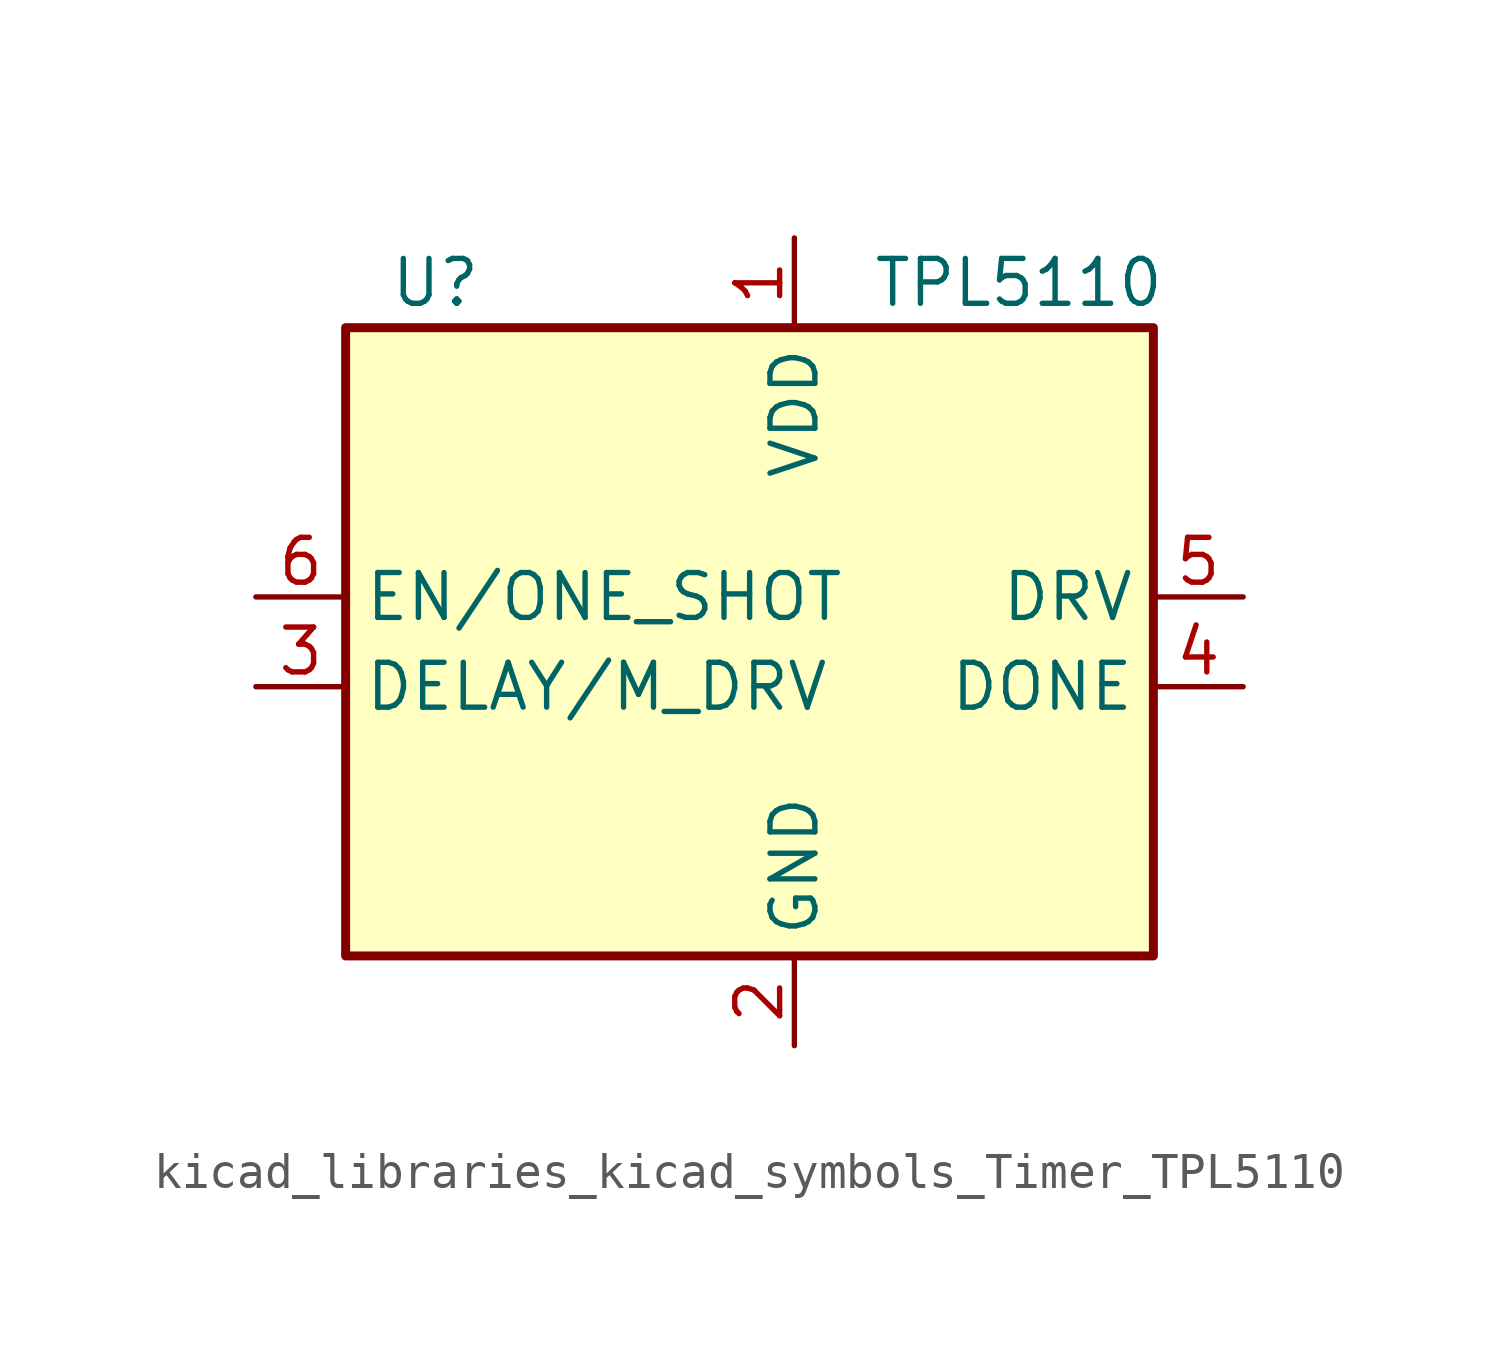
<source format=kicad_sym>
(kicad_symbol_lib
  (version 20220914)
  (generator kicad_symbol_editor)
  (symbol "kicad_libraries_kicad_symbols_Timer_TPL5110"
    (property "Reference" "U"
      (at -10.16 8.89 0)
      (effects (font (size 1.27 1.27))))
    (property "Value" "TPL5110"
      (at 6.35 8.89 0)
      (effects (font (size 1.27 1.27))))
    (symbol "kicad_libraries_kicad_symbols_Timer_TPL5110_0_1"
      (rectangle (start -12.7 7.62) (end 10.16 -10.16) (stroke (width 0.254) (type default)) (fill (type background))))
    (symbol "kicad_libraries_kicad_symbols_Timer_TPL5110_1_1"
      (pin power_in line (at 0 10.16 270) (length 2.54) (name "VDD" (effects (font (size 1.27 1.27)))) (number "1" (effects (font (size 1.27 1.27)))))
      (pin power_in line (at 0 -12.7 90) (length 2.54) (name "GND" (effects (font (size 1.27 1.27)))) (number "2" (effects (font (size 1.27 1.27)))))
      (pin input line (at -15.24 -2.54 0) (length 2.54) (name "DELAY/M_DRV" (effects (font (size 1.27 1.27)))) (number "3" (effects (font (size 1.27 1.27)))))
      (pin input line (at 12.7 -2.54 180) (length 2.54) (name "DONE" (effects (font (size 1.27 1.27)))) (number "4" (effects (font (size 1.27 1.27)))))
      (pin output line (at 12.7 0 180) (length 2.54) (name "DRV" (effects (font (size 1.27 1.27)))) (number "5" (effects (font (size 1.27 1.27)))))
      (pin input line (at -15.24 0 0) (length 2.54) (name "EN/ONE_SHOT" (effects (font (size 1.27 1.27)))) (number "6" (effects (font (size 1.27 1.27))))))))
</source>
